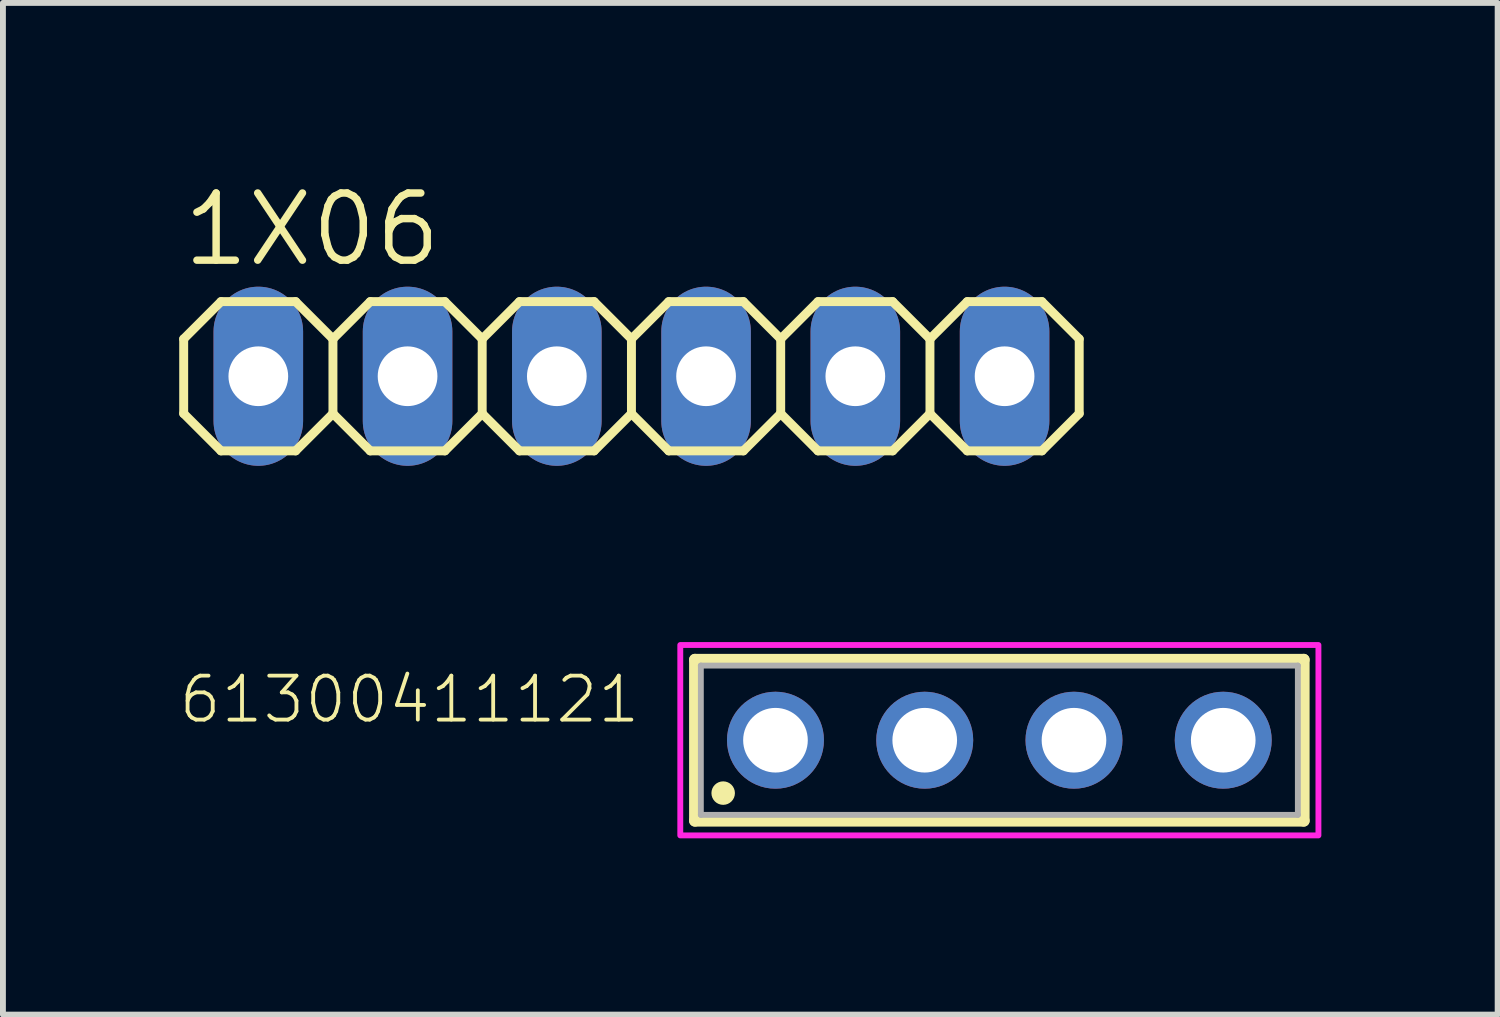
<source format=kicad_pcb>
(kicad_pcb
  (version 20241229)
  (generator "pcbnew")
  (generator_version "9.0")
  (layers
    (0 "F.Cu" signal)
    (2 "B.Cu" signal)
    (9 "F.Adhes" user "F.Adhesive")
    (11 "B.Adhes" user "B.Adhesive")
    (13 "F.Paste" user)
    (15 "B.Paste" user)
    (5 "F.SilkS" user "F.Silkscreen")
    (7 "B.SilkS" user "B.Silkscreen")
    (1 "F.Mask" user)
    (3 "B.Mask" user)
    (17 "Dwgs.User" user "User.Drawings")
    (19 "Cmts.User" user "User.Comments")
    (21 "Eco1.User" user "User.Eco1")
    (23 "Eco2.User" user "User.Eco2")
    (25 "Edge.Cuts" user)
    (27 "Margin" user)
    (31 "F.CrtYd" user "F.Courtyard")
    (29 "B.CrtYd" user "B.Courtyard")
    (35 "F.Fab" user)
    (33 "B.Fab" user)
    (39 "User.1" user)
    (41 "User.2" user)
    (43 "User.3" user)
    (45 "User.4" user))
  (footprint "61300411121"
    (layer "F.Cu")
    (at 13.957 9.547)
    (property "Reference" "61300411121" (at -6.078 -0.256 0) (layer "F.SilkS") (effects (font (size 0.748 0.748) (thickness 0.065)) (justify right bottom)))
    (fp_line (start -5.18 -1.37) (end 5.18 -1.37) (stroke (width 0.2) (type solid)) (layer "F.SilkS"))
    (fp_line (start -5.18 1.37) (end -5.18 -1.37) (stroke (width 0.2) (type solid)) (layer "F.SilkS"))
    (fp_line (start 5.18 -1.37) (end 5.18 1.37) (stroke (width 0.2) (type solid)) (layer "F.SilkS"))
    (fp_line (start 5.18 1.37) (end -5.18 1.37) (stroke (width 0.2) (type solid)) (layer "F.SilkS"))
    (fp_circle (center -4.7 0.9) (end -4.6 0.9) (stroke (width 0.2) (type solid)) (fill no) (layer "F.SilkS"))
    (fp_poly (pts (xy 5.43 1.62) (xy -5.43 1.62) (xy -5.43 -1.62) (xy 5.43 -1.62)) (stroke (width 0.1) (type solid)) (fill no) (layer "F.CrtYd"))
    (fp_line (start -5.08 -1.27) (end -5.08 1.27) (stroke (width 0.1) (type solid)) (layer "F.Fab"))
    (fp_line (start -5.08 1.27) (end 5.08 1.27) (stroke (width 0.1) (type solid)) (layer "F.Fab"))
    (fp_line (start 5.08 -1.27) (end -5.08 -1.27) (stroke (width 0.1) (type solid)) (layer "F.Fab"))
    (fp_line (start 5.08 1.27) (end 5.08 -1.27) (stroke (width 0.1) (type solid)) (layer "F.Fab"))
    (pad "1" thru_hole circle (at -3.81 0) (size 1.65 1.65) (drill 1.1) (layers "*.Cu" "F.Mask"))
    (pad "2" thru_hole circle (at -1.27 0) (size 1.65 1.65) (drill 1.1) (layers "*.Cu" "F.Mask"))
    (pad "3" thru_hole circle (at 1.27 0) (size 1.65 1.65) (drill 1.1) (layers "*.Cu" "F.Mask"))
    (pad "4" thru_hole circle (at 3.81 0) (size 1.65 1.65) (drill 1.1) (layers "*.Cu" "F.Mask")))
  (footprint "1X06"
    (layer "F.Cu")
    (at 7.696 3.353)
    (property "Reference" "1X06" (at -7.696 -1.829 0) (layer "F.SilkS") (effects (font (size 1.143 1.143) (thickness 0.127)) (justify left bottom)))
    (fp_line (start -7.62 -0.635) (end -7.62 0.635) (stroke (width 0.152) (type solid)) (layer "F.SilkS"))
    (fp_line (start -7.62 0.635) (end -6.985 1.27) (stroke (width 0.152) (type solid)) (layer "F.SilkS"))
    (fp_line (start -6.985 -1.27) (end -7.62 -0.635) (stroke (width 0.152) (type solid)) (layer "F.SilkS"))
    (fp_line (start -6.985 -1.27) (end -5.715 -1.27) (stroke (width 0.152) (type solid)) (layer "F.SilkS"))
    (fp_line (start -5.715 -1.27) (end -5.08 -0.635) (stroke (width 0.152) (type solid)) (layer "F.SilkS"))
    (fp_line (start -5.715 1.27) (end -6.985 1.27) (stroke (width 0.152) (type solid)) (layer "F.SilkS"))
    (fp_line (start -5.08 -0.635) (end -5.08 0.635) (stroke (width 0.152) (type solid)) (layer "F.SilkS"))
    (fp_line (start -5.08 -0.635) (end -4.445 -1.27) (stroke (width 0.152) (type solid)) (layer "F.SilkS"))
    (fp_line (start -5.08 0.635) (end -5.715 1.27) (stroke (width 0.152) (type solid)) (layer "F.SilkS"))
    (fp_line (start -4.445 -1.27) (end -3.175 -1.27) (stroke (width 0.152) (type solid)) (layer "F.SilkS"))
    (fp_line (start -4.445 1.27) (end -5.08 0.635) (stroke (width 0.152) (type solid)) (layer "F.SilkS"))
    (fp_line (start -3.175 -1.27) (end -2.54 -0.635) (stroke (width 0.152) (type solid)) (layer "F.SilkS"))
    (fp_line (start -3.175 1.27) (end -4.445 1.27) (stroke (width 0.152) (type solid)) (layer "F.SilkS"))
    (fp_line (start -2.54 -0.635) (end -2.54 0.635) (stroke (width 0.152) (type solid)) (layer "F.SilkS"))
    (fp_line (start -2.54 -0.635) (end -1.905 -1.27) (stroke (width 0.152) (type solid)) (layer "F.SilkS"))
    (fp_line (start -2.54 0.635) (end -3.175 1.27) (stroke (width 0.152) (type solid)) (layer "F.SilkS"))
    (fp_line (start -1.905 -1.27) (end -0.635 -1.27) (stroke (width 0.152) (type solid)) (layer "F.SilkS"))
    (fp_line (start -1.905 1.27) (end -2.54 0.635) (stroke (width 0.152) (type solid)) (layer "F.SilkS"))
    (fp_line (start -0.635 -1.27) (end 0 -0.635) (stroke (width 0.152) (type solid)) (layer "F.SilkS"))
    (fp_line (start -0.635 1.27) (end -1.905 1.27) (stroke (width 0.152) (type solid)) (layer "F.SilkS"))
    (fp_line (start 0 -0.635) (end 0 0.635) (stroke (width 0.152) (type solid)) (layer "F.SilkS"))
    (fp_line (start 0 0.635) (end -0.635 1.27) (stroke (width 0.152) (type solid)) (layer "F.SilkS"))
    (fp_line (start 0 0.635) (end 0.635 1.27) (stroke (width 0.152) (type solid)) (layer "F.SilkS"))
    (fp_line (start 0.635 -1.27) (end 0 -0.635) (stroke (width 0.152) (type solid)) (layer "F.SilkS"))
    (fp_line (start 0.635 -1.27) (end 1.905 -1.27) (stroke (width 0.152) (type solid)) (layer "F.SilkS"))
    (fp_line (start 1.905 -1.27) (end 2.54 -0.635) (stroke (width 0.152) (type solid)) (layer "F.SilkS"))
    (fp_line (start 1.905 1.27) (end 0.635 1.27) (stroke (width 0.152) (type solid)) (layer "F.SilkS"))
    (fp_line (start 2.54 -0.635) (end 2.54 0.635) (stroke (width 0.152) (type solid)) (layer "F.SilkS"))
    (fp_line (start 2.54 -0.635) (end 3.175 -1.27) (stroke (width 0.152) (type solid)) (layer "F.SilkS"))
    (fp_line (start 2.54 0.635) (end 1.905 1.27) (stroke (width 0.152) (type solid)) (layer "F.SilkS"))
    (fp_line (start 3.175 -1.27) (end 4.445 -1.27) (stroke (width 0.152) (type solid)) (layer "F.SilkS"))
    (fp_line (start 3.175 1.27) (end 2.54 0.635) (stroke (width 0.152) (type solid)) (layer "F.SilkS"))
    (fp_line (start 4.445 -1.27) (end 5.08 -0.635) (stroke (width 0.152) (type solid)) (layer "F.SilkS"))
    (fp_line (start 4.445 1.27) (end 3.175 1.27) (stroke (width 0.152) (type solid)) (layer "F.SilkS"))
    (fp_line (start 5.08 -0.635) (end 5.08 0.635) (stroke (width 0.152) (type solid)) (layer "F.SilkS"))
    (fp_line (start 5.08 0.635) (end 4.445 1.27) (stroke (width 0.152) (type solid)) (layer "F.SilkS"))
    (fp_line (start 5.08 0.635) (end 5.715 1.27) (stroke (width 0.152) (type solid)) (layer "F.SilkS"))
    (fp_line (start 5.715 -1.27) (end 5.08 -0.635) (stroke (width 0.152) (type solid)) (layer "F.SilkS"))
    (fp_line (start 5.715 -1.27) (end 6.985 -1.27) (stroke (width 0.152) (type solid)) (layer "F.SilkS"))
    (fp_line (start 6.985 -1.27) (end 7.62 -0.635) (stroke (width 0.152) (type solid)) (layer "F.SilkS"))
    (fp_line (start 6.985 1.27) (end 5.715 1.27) (stroke (width 0.152) (type solid)) (layer "F.SilkS"))
    (fp_line (start 7.62 -0.635) (end 7.62 0.635) (stroke (width 0.152) (type solid)) (layer "F.SilkS"))
    (fp_line (start 7.62 0.635) (end 6.985 1.27) (stroke (width 0.152) (type solid)) (layer "F.SilkS"))
    (fp_poly (pts (xy -6.604 0.254) (xy -6.096 0.254) (xy -6.096 -0.254) (xy -6.604 -0.254)) (stroke (width 0.1) (type solid)) (fill no) (layer "F.Fab"))
    (fp_poly (pts (xy -4.064 0.254) (xy -3.556 0.254) (xy -3.556 -0.254) (xy -4.064 -0.254)) (stroke (width 0.1) (type solid)) (fill no) (layer "F.Fab"))
    (fp_poly (pts (xy -1.524 0.254) (xy -1.016 0.254) (xy -1.016 -0.254) (xy -1.524 -0.254)) (stroke (width 0.1) (type solid)) (fill no) (layer "F.Fab"))
    (fp_poly (pts (xy 1.016 0.254) (xy 1.524 0.254) (xy 1.524 -0.254) (xy 1.016 -0.254)) (stroke (width 0.1) (type solid)) (fill no) (layer "F.Fab"))
    (fp_poly (pts (xy 3.556 0.254) (xy 4.064 0.254) (xy 4.064 -0.254) (xy 3.556 -0.254)) (stroke (width 0.1) (type solid)) (fill no) (layer "F.Fab"))
    (fp_poly (pts (xy 6.096 0.254) (xy 6.604 0.254) (xy 6.604 -0.254) (xy 6.096 -0.254)) (stroke (width 0.1) (type solid)) (fill no) (layer "F.Fab"))
    (pad "1" thru_hole oval (at -6.35 0 90) (size 3.048 1.524) (drill 1.016) (layers "*.Cu" "F.Mask"))
    (pad "2" thru_hole oval (at -3.81 0 90) (size 3.048 1.524) (drill 1.016) (layers "*.Cu" "F.Mask"))
    (pad "3" thru_hole oval (at -1.27 0 90) (size 3.048 1.524) (drill 1.016) (layers "*.Cu" "F.Mask"))
    (pad "4" thru_hole oval (at 1.27 0 90) (size 3.048 1.524) (drill 1.016) (layers "*.Cu" "F.Mask"))
    (pad "5" thru_hole oval (at 3.81 0 90) (size 3.048 1.524) (drill 1.016) (layers "*.Cu" "F.Mask"))
    (pad "6" thru_hole oval (at 6.35 0 90) (size 3.048 1.524) (drill 1.016) (layers "*.Cu" "F.Mask")))
  (gr_rect
    (start -3 -3)
    (end 22.437 14.217)
    (stroke (width 0.1) (type default))
    (fill no)
    (layer "Edge.Cuts")))
</source>
